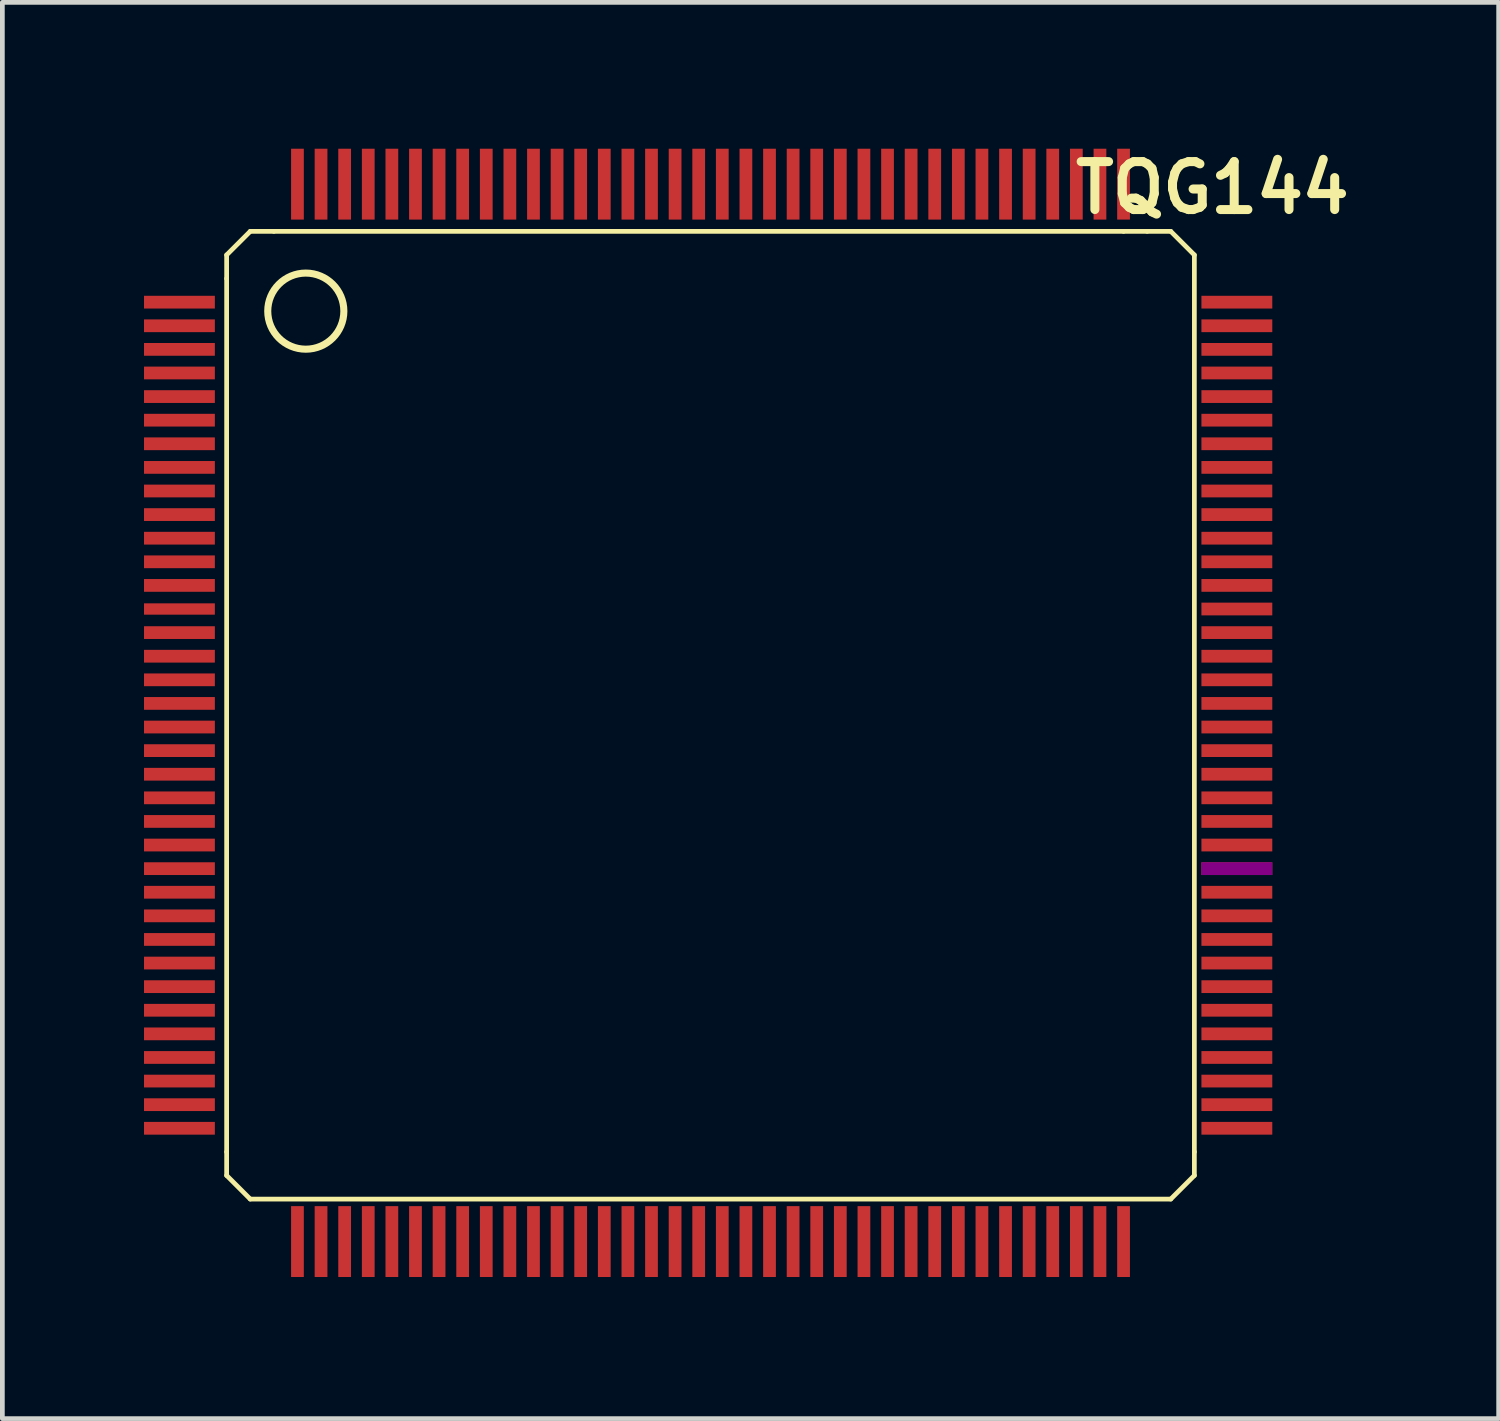
<source format=kicad_pcb>
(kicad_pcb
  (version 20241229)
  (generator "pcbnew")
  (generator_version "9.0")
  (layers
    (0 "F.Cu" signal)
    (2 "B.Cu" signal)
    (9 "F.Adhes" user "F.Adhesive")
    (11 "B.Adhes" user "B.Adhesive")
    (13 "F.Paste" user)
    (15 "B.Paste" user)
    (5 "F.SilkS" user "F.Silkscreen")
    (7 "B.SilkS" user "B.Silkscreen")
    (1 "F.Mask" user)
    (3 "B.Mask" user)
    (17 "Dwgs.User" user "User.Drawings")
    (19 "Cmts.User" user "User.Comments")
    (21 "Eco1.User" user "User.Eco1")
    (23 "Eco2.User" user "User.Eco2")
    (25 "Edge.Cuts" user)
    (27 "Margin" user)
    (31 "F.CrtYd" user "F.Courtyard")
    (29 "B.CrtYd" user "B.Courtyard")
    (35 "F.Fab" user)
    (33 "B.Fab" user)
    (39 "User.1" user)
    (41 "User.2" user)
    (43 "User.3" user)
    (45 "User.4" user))
  (footprint "TQG144"
    (layer "F.Cu")
    (at 11.751 11.851)
    (property "Reference" "TQG144" (at 10.884 -10.922 0) (layer "F.SilkS") (effects (font (size 1.016 1.016) (thickness 0.191))))
    (attr smd)
    (fp_line (start -10 -9.5) (end -9.5 -10) (stroke (width 0.1) (type solid)) (layer "F.SilkS"))
    (fp_line (start -10 -9) (end -10 -9.5) (stroke (width 0.1) (type solid)) (layer "F.SilkS"))
    (fp_line (start -10 -9) (end -10 9.5) (stroke (width 0.1) (type solid)) (layer "F.SilkS"))
    (fp_line (start -10 10) (end -10 9.5) (stroke (width 0.1) (type solid)) (layer "F.SilkS"))
    (fp_line (start -10 10) (end -9.5 10.5) (stroke (width 0.1) (type solid)) (layer "F.SilkS"))
    (fp_line (start -9.5 -10) (end -9 -10) (stroke (width 0.1) (type solid)) (layer "F.SilkS"))
    (fp_line (start -9.5 10.5) (end 10 10.5) (stroke (width 0.1) (type solid)) (layer "F.SilkS"))
    (fp_line (start 9 -10) (end -9 -10) (stroke (width 0.1) (type solid)) (layer "F.SilkS"))
    (fp_line (start 9.5 -10) (end 9 -10) (stroke (width 0.1) (type solid)) (layer "F.SilkS"))
    (fp_line (start 10 -10) (end 9.5 -10) (stroke (width 0.1) (type solid)) (layer "F.SilkS"))
    (fp_line (start 10.5 -9.5) (end 10 -10) (stroke (width 0.1) (type solid)) (layer "F.SilkS"))
    (fp_line (start 10.5 9.5) (end 10.5 -9.5) (stroke (width 0.1) (type solid)) (layer "F.SilkS"))
    (fp_line (start 10.5 9.5) (end 10.5 10) (stroke (width 0.1) (type solid)) (layer "F.SilkS"))
    (fp_line (start 10.5 10) (end 10 10.5) (stroke (width 0.1) (type solid)) (layer "F.SilkS"))
    (fp_circle (center -8.323 -8.31) (end -7.923 -7.61) (stroke (width 0.15) (type solid)) (fill no) (layer "F.SilkS"))
    (pad "1" smd rect (at -11 -8.5 90) (size 0.27 1.501) (layers "F.Cu" "F.Mask" "F.Paste"))
    (pad "2" smd rect (at -11 -8 90) (size 0.27 1.501) (layers "F.Cu" "F.Mask" "F.Paste"))
    (pad "3" smd rect (at -11 -7.5 90) (size 0.27 1.501) (layers "F.Cu" "F.Mask" "F.Paste"))
    (pad "4" smd rect (at -11 -7 90) (size 0.27 1.501) (layers "F.Cu" "F.Mask" "F.Paste"))
    (pad "5" smd rect (at -11 -6.5 90) (size 0.27 1.501) (layers "F.Cu" "F.Mask" "F.Paste"))
    (pad "6" smd rect (at -11 -6 90) (size 0.27 1.501) (layers "F.Cu" "F.Mask" "F.Paste"))
    (pad "7" smd rect (at -11 -5.5 90) (size 0.27 1.501) (layers "F.Cu" "F.Mask" "F.Paste"))
    (pad "8" smd rect (at -11 -5 90) (size 0.27 1.501) (layers "F.Cu" "F.Mask" "F.Paste"))
    (pad "9" smd rect (at -11 -4.5 90) (size 0.27 1.501) (layers "F.Cu" "F.Mask" "F.Paste"))
    (pad "10" smd rect (at -11 -4 90) (size 0.27 1.501) (layers "F.Cu" "F.Mask" "F.Paste"))
    (pad "11" smd rect (at -11 -3.5 90) (size 0.27 1.501) (layers "F.Cu" "F.Mask" "F.Paste"))
    (pad "12" smd rect (at -11 -3 90) (size 0.27 1.501) (layers "F.Cu" "F.Mask" "F.Paste"))
    (pad "13" smd rect (at -11 -2.5 90) (size 0.27 1.501) (layers "F.Cu" "F.Mask" "F.Paste"))
    (pad "14" smd rect (at -11 -2 90) (size 0.24 1.501) (layers "F.Cu" "F.Mask" "F.Paste"))
    (pad "15" smd rect (at -11 -1.5 90) (size 0.27 1.501) (layers "F.Cu" "F.Mask" "F.Paste"))
    (pad "16" smd rect (at -11 -1 90) (size 0.27 1.501) (layers "F.Cu" "F.Mask" "F.Paste"))
    (pad "17" smd rect (at -11 -0.5 90) (size 0.27 1.501) (layers "F.Cu" "F.Mask" "F.Paste"))
    (pad "18" smd rect (at -11 0 90) (size 0.27 1.501) (layers "F.Cu" "F.Mask" "F.Paste"))
    (pad "19" smd rect (at -11 0.5 90) (size 0.27 1.501) (layers "F.Cu" "F.Mask" "F.Paste"))
    (pad "20" smd rect (at -11 1 90) (size 0.27 1.501) (layers "F.Cu" "F.Mask" "F.Paste"))
    (pad "21" smd rect (at -11 1.5 90) (size 0.27 1.501) (layers "F.Cu" "F.Mask" "F.Paste"))
    (pad "22" smd rect (at -11 2 90) (size 0.27 1.501) (layers "F.Cu" "F.Mask" "F.Paste"))
    (pad "23" smd rect (at -11 2.5 90) (size 0.27 1.501) (layers "F.Cu" "F.Mask" "F.Paste"))
    (pad "24" smd rect (at -11 3 90) (size 0.27 1.501) (layers "F.Cu" "F.Mask" "F.Paste"))
    (pad "25" smd rect (at -11 3.5 90) (size 0.27 1.501) (layers "F.Cu" "F.Mask" "F.Paste"))
    (pad "26" smd rect (at -11 4) (size 1.501 0.27) (layers "F.Cu" "F.Mask" "F.Paste"))
    (pad "27" smd rect (at -11 4.5) (size 1.501 0.27) (layers "F.Cu" "F.Mask" "F.Paste"))
    (pad "28" smd rect (at -11 5) (size 1.501 0.27) (layers "F.Cu" "F.Mask" "F.Paste"))
    (pad "29" smd rect (at -11 5.5) (size 1.501 0.27) (layers "F.Cu" "F.Mask" "F.Paste"))
    (pad "30" smd rect (at -11 6) (size 1.501 0.27) (layers "F.Cu" "F.Mask" "F.Paste"))
    (pad "31" smd rect (at -11 6.5) (size 1.501 0.27) (layers "F.Cu" "F.Mask" "F.Paste"))
    (pad "32" smd rect (at -11 7) (size 1.501 0.27) (layers "F.Cu" "F.Mask" "F.Paste"))
    (pad "33" smd rect (at -11 7.5) (size 1.501 0.27) (layers "F.Cu" "F.Mask" "F.Paste"))
    (pad "34" smd rect (at -11 8) (size 1.501 0.27) (layers "F.Cu" "F.Mask" "F.Paste"))
    (pad "35" smd rect (at -11 8.5) (size 1.501 0.27) (layers "F.Cu" "F.Mask" "F.Paste"))
    (pad "36" smd rect (at -11 9) (size 1.501 0.27) (layers "F.Cu" "F.Mask" "F.Paste"))
    (pad "37" smd rect (at -8.5 11.4 90) (size 1.501 0.27) (layers "F.Cu" "F.Mask" "F.Paste"))
    (pad "38" smd rect (at -8 11.4 90) (size 1.501 0.27) (layers "F.Cu" "F.Mask" "F.Paste"))
    (pad "39" smd rect (at -7.5 11.4 90) (size 1.501 0.27) (layers "F.Cu" "F.Mask" "F.Paste"))
    (pad "40" smd rect (at -7 11.4 90) (size 1.501 0.27) (layers "F.Cu" "F.Mask" "F.Paste"))
    (pad "41" smd rect (at -6.5 11.4 90) (size 1.501 0.27) (layers "F.Cu" "F.Mask" "F.Paste"))
    (pad "42" smd rect (at -6 11.4 90) (size 1.501 0.27) (layers "F.Cu" "F.Mask" "F.Paste"))
    (pad "43" smd rect (at -5.5 11.4 90) (size 1.501 0.27) (layers "F.Cu" "F.Mask" "F.Paste"))
    (pad "44" smd rect (at -5 11.4 90) (size 1.501 0.27) (layers "F.Cu" "F.Mask" "F.Paste"))
    (pad "45" smd rect (at -4.5 11.4 90) (size 1.501 0.27) (layers "F.Cu" "F.Mask" "F.Paste"))
    (pad "46" smd rect (at -4 11.4 90) (size 1.501 0.27) (layers "F.Cu" "F.Mask" "F.Paste"))
    (pad "47" smd rect (at -3.5 11.4 90) (size 1.501 0.27) (layers "F.Cu" "F.Mask" "F.Paste"))
    (pad "48" smd rect (at -3 11.4 90) (size 1.501 0.27) (layers "F.Cu" "F.Mask" "F.Paste"))
    (pad "49" smd rect (at -2.5 11.4 90) (size 1.501 0.27) (layers "F.Cu" "F.Mask" "F.Paste"))
    (pad "50" smd rect (at -2 11.4 90) (size 1.501 0.27) (layers "F.Cu" "F.Mask" "F.Paste"))
    (pad "51" smd rect (at -1.5 11.4) (size 0.27 1.501) (layers "F.Cu" "F.Mask" "F.Paste"))
    (pad "52" smd rect (at -1 11.4) (size 0.27 1.501) (layers "F.Cu" "F.Mask" "F.Paste"))
    (pad "53" smd rect (at -0.5 11.4) (size 0.27 1.501) (layers "F.Cu" "F.Mask" "F.Paste"))
    (pad "54" smd rect (at 0 11.4) (size 0.27 1.501) (layers "F.Cu" "F.Mask" "F.Paste"))
    (pad "55" smd rect (at 0.5 11.4) (size 0.27 1.501) (layers "F.Cu" "F.Mask" "F.Paste"))
    (pad "56" smd rect (at 1 11.4) (size 0.27 1.501) (layers "F.Cu" "F.Mask" "F.Paste"))
    (pad "57" smd rect (at 1.5 11.4) (size 0.27 1.501) (layers "F.Cu" "F.Mask" "F.Paste"))
    (pad "58" smd rect (at 2 11.4) (size 0.27 1.501) (layers "F.Cu" "F.Mask" "F.Paste"))
    (pad "59" smd rect (at 2.5 11.4) (size 0.27 1.501) (layers "F.Cu" "F.Mask" "F.Paste"))
    (pad "60" smd rect (at 3 11.4) (size 0.27 1.501) (layers "F.Cu" "F.Mask" "F.Paste"))
    (pad "61" smd rect (at 3.5 11.4) (size 0.27 1.501) (layers "F.Cu" "F.Mask" "F.Paste"))
    (pad "62" smd rect (at 4 11.4) (size 0.27 1.501) (layers "F.Cu" "F.Mask" "F.Paste"))
    (pad "63" smd rect (at 4.5 11.4) (size 0.27 1.501) (layers "F.Cu" "F.Mask" "F.Paste"))
    (pad "64" smd rect (at 5 11.4) (size 0.27 1.501) (layers "F.Cu" "F.Mask" "F.Paste"))
    (pad "65" smd rect (at 5.5 11.4) (size 0.27 1.501) (layers "F.Cu" "F.Mask" "F.Paste"))
    (pad "66" smd rect (at 6 11.4) (size 0.27 1.501) (layers "F.Cu" "F.Mask" "F.Paste"))
    (pad "67" smd rect (at 6.5 11.4) (size 0.27 1.501) (layers "F.Cu" "F.Mask" "F.Paste"))
    (pad "68" smd rect (at 7 11.4) (size 0.27 1.501) (layers "F.Cu" "F.Mask" "F.Paste"))
    (pad "69" smd rect (at 7.5 11.4) (size 0.27 1.501) (layers "F.Cu" "F.Mask" "F.Paste"))
    (pad "70" smd rect (at 8 11.4) (size 0.27 1.501) (layers "F.Cu" "F.Mask" "F.Paste"))
    (pad "71" smd rect (at 8.5 11.4) (size 0.27 1.501) (layers "F.Cu" "F.Mask" "F.Paste"))
    (pad "72" smd rect (at 9 11.4) (size 0.27 1.501) (layers "F.Cu" "F.Mask" "F.Paste"))
    (pad "73" smd rect (at 11.4 9 90) (size 0.27 1.501) (layers "F.Cu" "F.Mask" "F.Paste"))
    (pad "74" smd rect (at 11.4 8.5 90) (size 0.27 1.501) (layers "F.Cu" "F.Mask" "F.Paste"))
    (pad "75" smd rect (at 11.4 8 90) (size 0.27 1.501) (layers "F.Cu" "F.Mask" "F.Paste"))
    (pad "76" smd rect (at 11.4 7.5) (size 1.501 0.27) (layers "F.Cu" "F.Mask" "F.Paste"))
    (pad "77" smd rect (at 11.4 7) (size 1.501 0.27) (layers "F.Cu" "F.Mask" "F.Paste"))
    (pad "78" smd rect (at 11.4 6.5) (size 1.501 0.27) (layers "F.Cu" "F.Mask" "F.Paste"))
    (pad "79" smd rect (at 11.4 6) (size 1.501 0.27) (layers "F.Cu" "F.Mask" "F.Paste"))
    (pad "80" smd rect (at 11.4 5.5) (size 1.501 0.27) (layers "F.Cu" "F.Mask" "F.Paste"))
    (pad "81" smd rect (at 11.4 5) (size 1.501 0.27) (layers "F.Cu" "F.Mask" "F.Paste"))
    (pad "82" smd rect (at 11.4 4.5) (size 1.501 0.27) (layers "F.Cu" "F.Mask" "F.Paste"))
    (pad "83" smd rect (at 11.4 4) (size 1.501 0.27) (layers "F.Cu" "F.Mask" "F.Paste"))
    (pad "84" smd rect (at 11.4 3.5) (size 1.501 0.27) (layers "F.Cu" "F.Mask" "F.Adhes" "F.Paste"))
    (pad "85" smd rect (at 11.4 3) (size 1.501 0.27) (layers "F.Cu" "F.Mask" "F.Paste"))
    (pad "86" smd rect (at 11.4 2.5) (size 1.501 0.27) (layers "F.Cu" "F.Mask" "F.Paste"))
    (pad "87" smd rect (at 11.4 2) (size 1.501 0.27) (layers "F.Cu" "F.Mask" "F.Paste"))
    (pad "88" smd rect (at 11.4 1.5) (size 1.501 0.27) (layers "F.Cu" "F.Mask" "F.Paste"))
    (pad "89" smd rect (at 11.4 1) (size 1.501 0.27) (layers "F.Cu" "F.Mask" "F.Paste"))
    (pad "90" smd rect (at 11.4 0.5) (size 1.501 0.27) (layers "F.Cu" "F.Mask" "F.Paste"))
    (pad "91" smd rect (at 11.4 0) (size 1.501 0.27) (layers "F.Cu" "F.Mask" "F.Paste"))
    (pad "92" smd rect (at 11.4 -0.5) (size 1.501 0.27) (layers "F.Cu" "F.Mask" "F.Paste"))
    (pad "93" smd rect (at 11.4 -1) (size 1.501 0.27) (layers "F.Cu" "F.Mask" "F.Paste"))
    (pad "94" smd rect (at 11.4 -1.5) (size 1.501 0.27) (layers "F.Cu" "F.Mask" "F.Paste"))
    (pad "95" smd rect (at 11.4 -2) (size 1.501 0.27) (layers "F.Cu" "F.Mask" "F.Paste"))
    (pad "96" smd rect (at 11.4 -2.5) (size 1.501 0.27) (layers "F.Cu" "F.Mask" "F.Paste"))
    (pad "97" smd rect (at 11.4 -3) (size 1.501 0.27) (layers "F.Cu" "F.Mask" "F.Paste"))
    (pad "98" smd rect (at 11.4 -3.5) (size 1.501 0.27) (layers "F.Cu" "F.Mask" "F.Paste"))
    (pad "99" smd rect (at 11.4 -4) (size 1.501 0.27) (layers "F.Cu" "F.Mask" "F.Paste"))
    (pad "100" smd rect (at 11.4 -4.5) (size 1.501 0.27) (layers "F.Cu" "F.Mask" "F.Paste"))
    (pad "101" smd rect (at 11.4 -5) (size 1.501 0.27) (layers "F.Cu" "F.Mask" "F.Paste"))
    (pad "102" smd rect (at 11.4 -5.5) (size 1.501 0.27) (layers "F.Cu" "F.Mask" "F.Paste"))
    (pad "103" smd rect (at 11.4 -6) (size 1.501 0.27) (layers "F.Cu" "F.Mask" "F.Paste"))
    (pad "104" smd rect (at 11.4 -6.5) (size 1.501 0.27) (layers "F.Cu" "F.Mask" "F.Paste"))
    (pad "105" smd rect (at 11.4 -7) (size 1.501 0.27) (layers "F.Cu" "F.Mask" "F.Paste"))
    (pad "106" smd rect (at 11.4 -7.5) (size 1.501 0.27) (layers "F.Cu" "F.Mask" "F.Paste"))
    (pad "107" smd rect (at 11.4 -8) (size 1.501 0.27) (layers "F.Cu" "F.Mask" "F.Paste"))
    (pad "108" smd rect (at 11.4 -8.5) (size 1.501 0.27) (layers "F.Cu" "F.Mask" "F.Paste"))
    (pad "109" smd rect (at 9 -11) (size 0.27 1.501) (layers "F.Cu" "F.Mask" "F.Paste"))
    (pad "110" smd rect (at 8.5 -11) (size 0.27 1.501) (layers "F.Cu" "F.Mask" "F.Paste"))
    (pad "111" smd rect (at 8 -11) (size 0.27 1.501) (layers "F.Cu" "F.Mask" "F.Paste"))
    (pad "112" smd rect (at 7.5 -11) (size 0.27 1.501) (layers "F.Cu" "F.Mask" "F.Paste"))
    (pad "113" smd rect (at 7 -11) (size 0.27 1.501) (layers "F.Cu" "F.Mask" "F.Paste"))
    (pad "114" smd rect (at 6.5 -11) (size 0.27 1.501) (layers "F.Cu" "F.Mask" "F.Paste"))
    (pad "115" smd rect (at 6 -11) (size 0.27 1.501) (layers "F.Cu" "F.Mask" "F.Paste"))
    (pad "116" smd rect (at 5.5 -11) (size 0.27 1.501) (layers "F.Cu" "F.Mask" "F.Paste"))
    (pad "117" smd rect (at 5 -11) (size 0.27 1.501) (layers "F.Cu" "F.Mask" "F.Paste"))
    (pad "118" smd rect (at 4.5 -11) (size 0.27 1.501) (layers "F.Cu" "F.Mask" "F.Paste"))
    (pad "119" smd rect (at 4 -11) (size 0.27 1.501) (layers "F.Cu" "F.Mask" "F.Paste"))
    (pad "120" smd rect (at 3.5 -11) (size 0.27 1.501) (layers "F.Cu" "F.Mask" "F.Paste"))
    (pad "121" smd rect (at 3 -11) (size 0.27 1.501) (layers "F.Cu" "F.Mask" "F.Paste"))
    (pad "122" smd rect (at 2.5 -11) (size 0.27 1.501) (layers "F.Cu" "F.Mask" "F.Paste"))
    (pad "123" smd rect (at 2 -11) (size 0.27 1.501) (layers "F.Cu" "F.Mask" "F.Paste"))
    (pad "124" smd rect (at 1.5 -11) (size 0.27 1.501) (layers "F.Cu" "F.Mask" "F.Paste"))
    (pad "125" smd rect (at 1 -11) (size 0.27 1.501) (layers "F.Cu" "F.Mask" "F.Paste"))
    (pad "126" smd rect (at 0.5 -11) (size 0.27 1.501) (layers "F.Cu" "F.Mask" "F.Paste"))
    (pad "127" smd rect (at 0 -11) (size 0.27 1.501) (layers "F.Cu" "F.Mask" "F.Paste"))
    (pad "128" smd rect (at -0.5 -11) (size 0.27 1.501) (layers "F.Cu" "F.Mask" "F.Paste"))
    (pad "129" smd rect (at -1 -11) (size 0.27 1.501) (layers "F.Cu" "F.Mask" "F.Paste"))
    (pad "130" smd rect (at -1.5 -11) (size 0.27 1.501) (layers "F.Cu" "F.Mask" "F.Paste"))
    (pad "131" smd rect (at -2 -11 90) (size 1.501 0.27) (layers "F.Cu" "F.Mask" "F.Paste"))
    (pad "132" smd rect (at -2.5 -11 90) (size 1.501 0.27) (layers "F.Cu" "F.Mask" "F.Paste"))
    (pad "133" smd rect (at -3 -11 90) (size 1.501 0.27) (layers "F.Cu" "F.Mask" "F.Paste"))
    (pad "134" smd rect (at -3.5 -11 90) (size 1.501 0.27) (layers "F.Cu" "F.Mask" "F.Paste"))
    (pad "135" smd rect (at -4 -11 90) (size 1.501 0.27) (layers "F.Cu" "F.Mask" "F.Paste"))
    (pad "136" smd rect (at -4.5 -11 90) (size 1.501 0.27) (layers "F.Cu" "F.Mask" "F.Paste"))
    (pad "137" smd rect (at -5 -11 90) (size 1.501 0.27) (layers "F.Cu" "F.Mask" "F.Paste"))
    (pad "138" smd rect (at -5.5 -11 90) (size 1.501 0.27) (layers "F.Cu" "F.Mask" "F.Paste"))
    (pad "139" smd rect (at -6 -11 90) (size 1.501 0.27) (layers "F.Cu" "F.Mask" "F.Paste"))
    (pad "140" smd rect (at -6.5 -11 90) (size 1.501 0.27) (layers "F.Cu" "F.Mask" "F.Paste"))
    (pad "141" smd rect (at -7 -11 90) (size 1.501 0.27) (layers "F.Cu" "F.Mask" "F.Paste"))
    (pad "142" smd rect (at -7.5 -11 90) (size 1.501 0.27) (layers "F.Cu" "F.Mask" "F.Paste"))
    (pad "143" smd rect (at -8 -11 90) (size 1.501 0.27) (layers "F.Cu" "F.Mask" "F.Paste"))
    (pad "144" smd rect (at -8.5 -11 90) (size 1.501 0.27) (layers "F.Cu" "F.Mask" "F.Paste")))
  (gr_rect
    (start -3 -3)
    (end 28.697 27.001)
    (stroke (width 0.1) (type default))
    (fill no)
    (layer "Edge.Cuts")))
</source>
